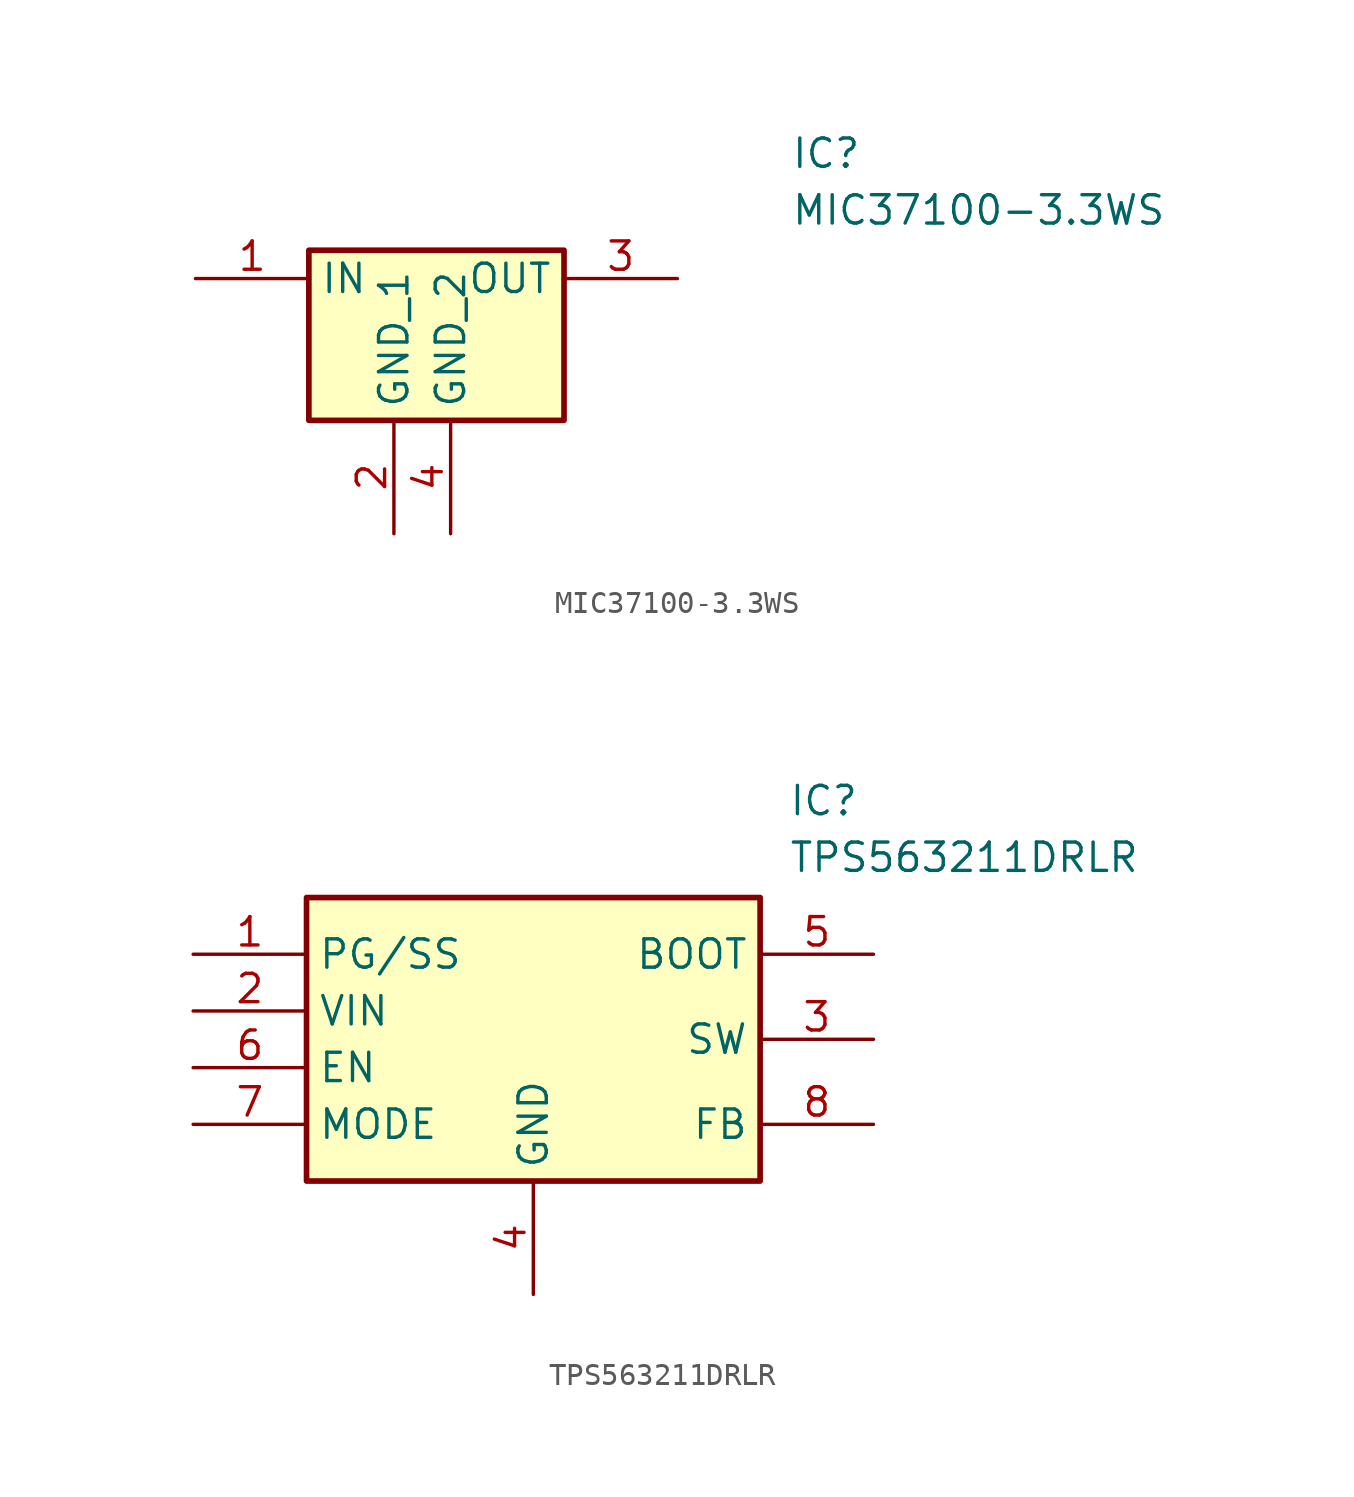
<source format=kicad_sym>
(kicad_symbol_lib
  (version 20241209)
  (generator "kicad_symbol_editor")
  (generator_version "9.0")
  (symbol "MIC37100-3.3WS"
    (property "Reference" "IC"
      (at 26.67 7.62 0)
      (effects (font (size 1.27 1.27)) (justify left top)))
    (property "Value" "MIC37100-3.3WS"
      (at 26.67 5.08 0)
      (effects (font (size 1.27 1.27)) (justify left top)))
    (symbol "MIC37100-3.3WS_1_1"
      (rectangle (start 5.08 2.54) (end 16.51 -5.08) (stroke (width 0.254) (type default)) (fill (type background)))
      (pin passive line (at 0 1.27 0) (length 5.08) (name "IN" (effects (font (size 1.27 1.27)))) (number "1" (effects (font (size 1.27 1.27)))))
      (pin passive line (at 8.89 -10.16 90) (length 5.08) (name "GND_1" (effects (font (size 1.27 1.27)))) (number "2" (effects (font (size 1.27 1.27)))))
      (pin passive line (at 11.43 -10.16 90) (length 5.08) (name "GND_2" (effects (font (size 1.27 1.27)))) (number "4" (effects (font (size 1.27 1.27)))))
      (pin passive line (at 21.59 1.27 180) (length 5.08) (name "OUT" (effects (font (size 1.27 1.27)))) (number "3" (effects (font (size 1.27 1.27)))))))
  (symbol "TPS563211DRLR"
    (property "Reference" "IC"
      (at 26.67 7.62 0)
      (effects (font (size 1.27 1.27)) (justify left top)))
    (property "Value" "TPS563211DRLR"
      (at 26.67 5.08 0)
      (effects (font (size 1.27 1.27)) (justify left top)))
    (symbol "TPS563211DRLR_1_1"
      (rectangle (start 5.08 2.54) (end 25.4 -10.16) (stroke (width 0.254) (type default)) (fill (type background)))
      (pin passive line (at 0 0 0) (length 5.08) (name "PG/SS" (effects (font (size 1.27 1.27)))) (number "1" (effects (font (size 1.27 1.27)))))
      (pin passive line (at 0 -2.54 0) (length 5.08) (name "VIN" (effects (font (size 1.27 1.27)))) (number "2" (effects (font (size 1.27 1.27)))))
      (pin passive line (at 0 -5.08 0) (length 5.08) (name "EN" (effects (font (size 1.27 1.27)))) (number "6" (effects (font (size 1.27 1.27)))))
      (pin passive line (at 0 -7.62 0) (length 5.08) (name "MODE" (effects (font (size 1.27 1.27)))) (number "7" (effects (font (size 1.27 1.27)))))
      (pin passive line (at 15.24 -15.24 90) (length 5.08) (name "GND" (effects (font (size 1.27 1.27)))) (number "4" (effects (font (size 1.27 1.27)))))
      (pin passive line (at 30.48 0 180) (length 5.08) (name "BOOT" (effects (font (size 1.27 1.27)))) (number "5" (effects (font (size 1.27 1.27)))))
      (pin passive line (at 30.48 -3.81 180) (length 5.08) (name "SW" (effects (font (size 1.27 1.27)))) (number "3" (effects (font (size 1.27 1.27)))))
      (pin passive line (at 30.48 -7.62 180) (length 5.08) (name "FB" (effects (font (size 1.27 1.27)))) (number "8" (effects (font (size 1.27 1.27))))))))
</source>
